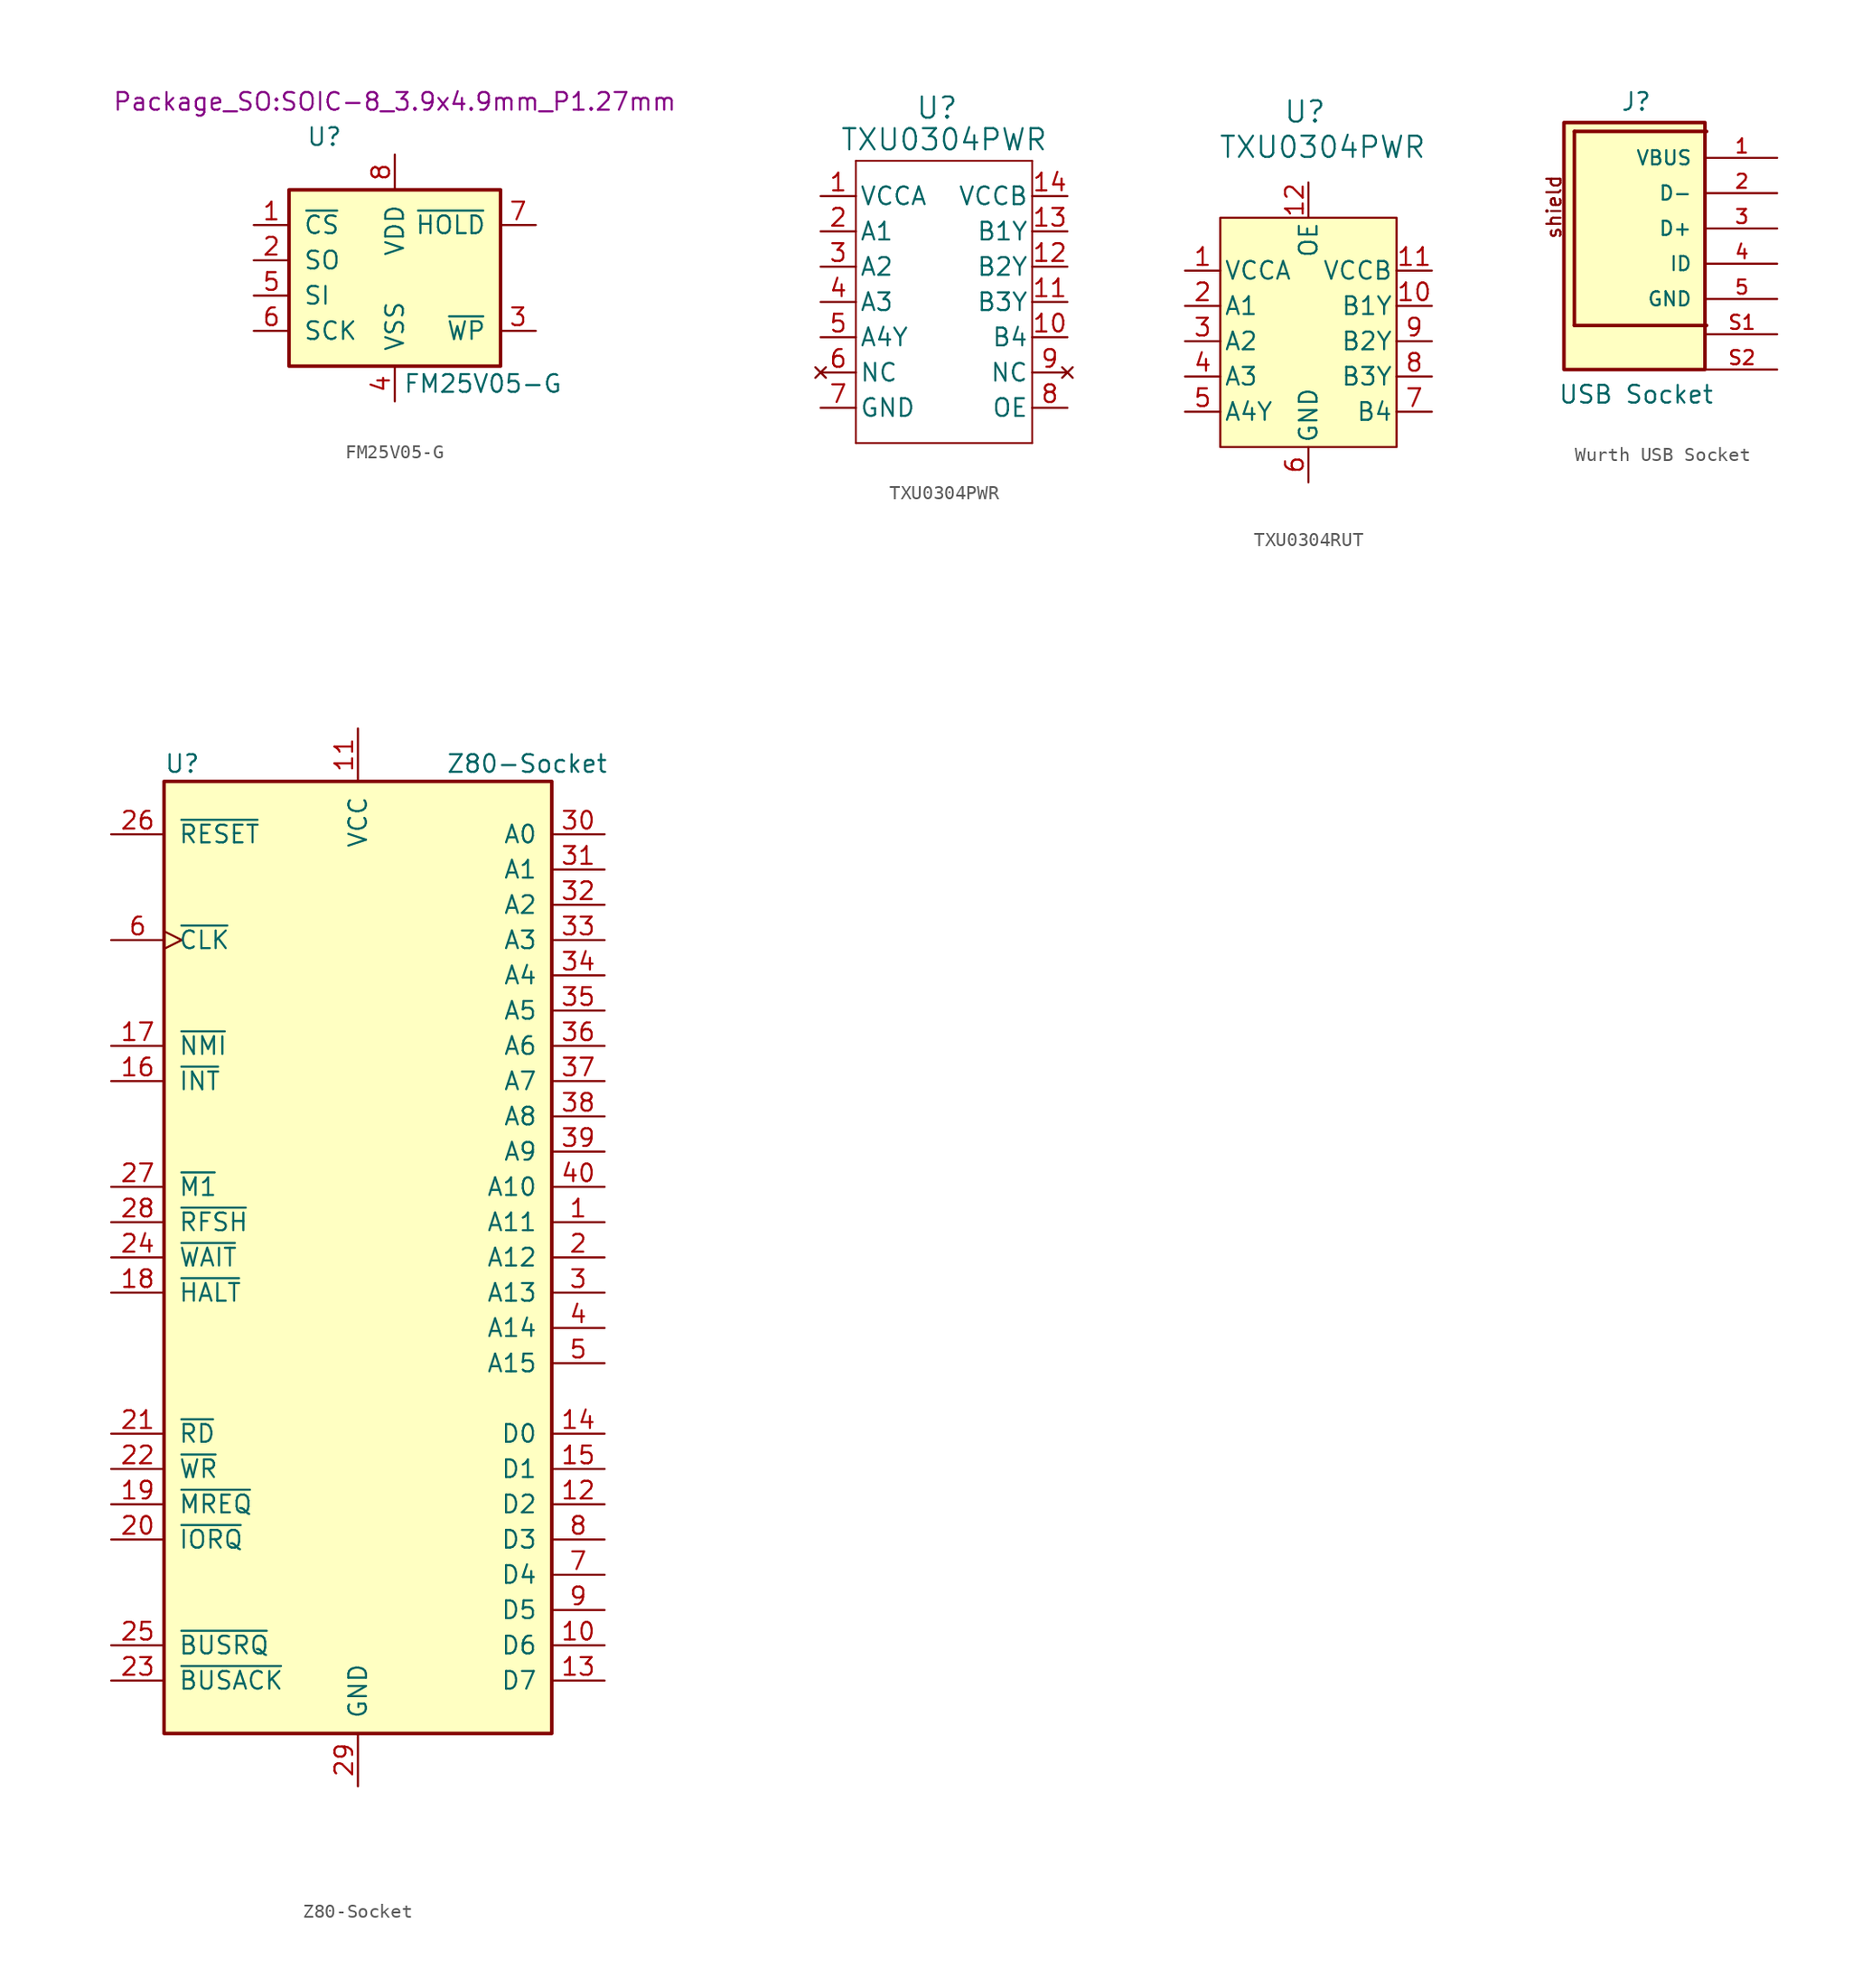
<source format=kicad_sym>
(kicad_symbol_lib
  (version 20241209)
  (generator "kicad_symbol_editor")
  (generator_version "9.0")
  (symbol "FM25V05-G"
    (pin_names
      (offset 1.016))
    (property "Reference" "U"
      (at -5.08 8.89 0)
      (effects (font (size 1.27 1.27))))
    (property "Value" "FM25V05-G"
      (at 6.35 -8.89 0)
      (effects (font (size 1.27 1.27))))
    (property "Footprint" "Package_SO:SOIC-8_3.9x4.9mm_P1.27mm"
      (at 0 11.43 0)
      (effects (font (size 1.27 1.27))))
    (symbol "FM25V05-G_0_1"
      (rectangle (start -7.62 5.08) (end 7.62 -7.62) (stroke (width 0.254) (type default)) (fill (type background))))
    (symbol "FM25V05-G_1_1"
      (pin input line (at -10.16 2.54 0) (length 2.54) (name "~{CS}" (effects (font (size 1.27 1.27)))) (number "1" (effects (font (size 1.27 1.27)))))
      (pin output line (at -10.16 0 0) (length 2.54) (name "SO" (effects (font (size 1.27 1.27)))) (number "2" (effects (font (size 1.27 1.27)))))
      (pin input line (at -10.16 -2.54 0) (length 2.54) (name "SI" (effects (font (size 1.27 1.27)))) (number "5" (effects (font (size 1.27 1.27)))))
      (pin input line (at -10.16 -5.08 0) (length 2.54) (name "SCK" (effects (font (size 1.27 1.27)))) (number "6" (effects (font (size 1.27 1.27)))))
      (pin power_in line (at 0 7.62 270) (length 2.54) (name "VDD" (effects (font (size 1.27 1.27)))) (number "8" (effects (font (size 1.27 1.27)))))
      (pin power_in line (at 0 -10.16 90) (length 2.54) (name "VSS" (effects (font (size 1.27 1.27)))) (number "4" (effects (font (size 1.27 1.27)))))
      (pin input line (at 10.16 2.54 180) (length 2.54) (name "~{HOLD}" (effects (font (size 1.27 1.27)))) (number "7" (effects (font (size 1.27 1.27)))))
      (pin input line (at 10.16 -5.08 180) (length 2.54) (name "~{WP}" (effects (font (size 1.27 1.27)))) (number "3" (effects (font (size 1.27 1.27)))))))
  (symbol "TXU0304PWR"
    (pin_names
      (offset 0.254))
    (property "Reference" "U"
      (at 13.462 6.35 0)
      (effects (font (size 1.524 1.524))))
    (property "Value" "TXU0304PWR"
      (at 13.97 4.064 0)
      (effects (font (size 1.524 1.524))))
    (symbol "TXU0304PWR_0_1"
      (polyline (pts (xy 7.62 2.54) (xy 7.62 -17.78)) (stroke (width 0.127) (type default)) (fill (type none)))
      (polyline (pts (xy 7.62 -17.78) (xy 20.32 -17.78)) (stroke (width 0.127) (type default)) (fill (type none)))
      (polyline (pts (xy 20.32 -17.78) (xy 20.32 2.54)) (stroke (width 0.127) (type default)) (fill (type none)))
      (pin power_in line (at 5.08 0 0) (length 2.54) (name "VCCA" (effects (font (size 1.27 1.27)))) (number "1" (effects (font (size 1.27 1.27)))))
      (pin input line (at 5.08 -2.54 0) (length 2.54) (name "A1" (effects (font (size 1.27 1.27)))) (number "2" (effects (font (size 1.27 1.27)))))
      (pin input line (at 5.08 -5.08 0) (length 2.54) (name "A2" (effects (font (size 1.27 1.27)))) (number "3" (effects (font (size 1.27 1.27)))))
      (pin input line (at 5.08 -7.62 0) (length 2.54) (name "A3" (effects (font (size 1.27 1.27)))) (number "4" (effects (font (size 1.27 1.27)))))
      (pin output line (at 5.08 -10.16 0) (length 2.54) (name "A4Y" (effects (font (size 1.27 1.27)))) (number "5" (effects (font (size 1.27 1.27)))))
      (pin no_connect line (at 5.08 -12.7 0) (length 2.54) (name "NC" (effects (font (size 1.27 1.27)))) (number "6" (effects (font (size 1.27 1.27)))))
      (pin power_out line (at 5.08 -15.24 0) (length 2.54) (name "GND" (effects (font (size 1.27 1.27)))) (number "7" (effects (font (size 1.27 1.27)))))
      (pin output line (at 22.86 -2.54 180) (length 2.54) (name "B1Y" (effects (font (size 1.27 1.27)))) (number "13" (effects (font (size 1.27 1.27)))))
      (pin output line (at 22.86 -5.08 180) (length 2.54) (name "B2Y" (effects (font (size 1.27 1.27)))) (number "12" (effects (font (size 1.27 1.27)))))
      (pin output line (at 22.86 -7.62 180) (length 2.54) (name "B3Y" (effects (font (size 1.27 1.27)))) (number "11" (effects (font (size 1.27 1.27)))))
      (pin input line (at 22.86 -10.16 180) (length 2.54) (name "B4" (effects (font (size 1.27 1.27)))) (number "10" (effects (font (size 1.27 1.27)))))
      (pin no_connect line (at 22.86 -12.7 180) (length 2.54) (name "NC" (effects (font (size 1.27 1.27)))) (number "9" (effects (font (size 1.27 1.27)))))
      (pin input line (at 22.86 -15.24 180) (length 2.54) (name "OE" (effects (font (size 1.27 1.27)))) (number "8" (effects (font (size 1.27 1.27))))))
    (symbol "TXU0304PWR_1_1"
      (polyline (pts (xy 20.32 2.54) (xy 7.62 2.54)) (stroke (width 0.127) (type solid)) (fill (type none)))
      (pin power_in line (at 22.86 0 180) (length 2.54) (name "VCCB" (effects (font (size 1.27 1.27)))) (number "14" (effects (font (size 1.27 1.27)))))))
  (symbol "TXU0304RUT"
    (pin_names
      (offset 0.254))
    (property "Reference" "U"
      (at 13.716 11.43 0)
      (effects (font (size 1.524 1.524))))
    (property "Value" "TXU0304PWR"
      (at 14.986 8.89 0)
      (effects (font (size 1.524 1.524))))
    (symbol "TXU0304RUT_0_1"
      (pin power_in line (at 5.08 0 0) (length 2.54) (name "VCCA" (effects (font (size 1.27 1.27)))) (number "1" (effects (font (size 1.27 1.27)))))
      (pin input line (at 5.08 -2.54 0) (length 2.54) (name "A1" (effects (font (size 1.27 1.27)))) (number "2" (effects (font (size 1.27 1.27)))))
      (pin input line (at 5.08 -5.08 0) (length 2.54) (name "A2" (effects (font (size 1.27 1.27)))) (number "3" (effects (font (size 1.27 1.27)))))
      (pin input line (at 5.08 -7.62 0) (length 2.54) (name "A3" (effects (font (size 1.27 1.27)))) (number "4" (effects (font (size 1.27 1.27)))))
      (pin output line (at 5.08 -10.16 0) (length 2.54) (name "A4Y" (effects (font (size 1.27 1.27)))) (number "5" (effects (font (size 1.27 1.27))))))
    (symbol "TXU0304RUT_1_1"
      (rectangle (start 7.62 3.81) (end 20.32 -12.7) (stroke (width 0) (type solid)) (fill (type background)))
      (pin input line (at 13.97 6.35 270) (length 2.54) (name "OE" (effects (font (size 1.27 1.27)))) (number "12" (effects (font (size 1.27 1.27)))))
      (pin power_out line (at 13.97 -15.24 90) (length 2.54) (name "GND" (effects (font (size 1.27 1.27)))) (number "6" (effects (font (size 1.27 1.27)))))
      (pin power_in line (at 22.86 0 180) (length 2.54) (name "VCCB" (effects (font (size 1.27 1.27)))) (number "11" (effects (font (size 1.27 1.27)))))
      (pin output line (at 22.86 -2.54 180) (length 2.54) (name "B1Y" (effects (font (size 1.27 1.27)))) (number "10" (effects (font (size 1.27 1.27)))))
      (pin output line (at 22.86 -5.08 180) (length 2.54) (name "B2Y" (effects (font (size 1.27 1.27)))) (number "9" (effects (font (size 1.27 1.27)))))
      (pin output line (at 22.86 -7.62 180) (length 2.54) (name "B3Y" (effects (font (size 1.27 1.27)))) (number "8" (effects (font (size 1.27 1.27)))))
      (pin input line (at 22.86 -10.16 180) (length 2.54) (name "B4" (effects (font (size 1.27 1.27)))) (number "7" (effects (font (size 1.27 1.27)))))))
  (symbol "Wurth USB Socket"
    (pin_names
      (offset 1.016))
    (property "Reference" "J"
      (at -2.54 8.382 0)
      (effects (font (size 1.27 1.27)) (justify bottom)))
    (property "Value" "USB Socket"
      (at -2.54 -12.7 0)
      (effects (font (size 1.27 1.27)) (justify bottom)))
    (symbol "Wurth USB Socket_0_0"
      (polyline (pts (xy -6.985 6.985) (xy -6.985 -6.985)) (stroke (width 0.254) (type default)) (fill (type none)))
      (polyline (pts (xy -6.985 -6.985) (xy 2.54 -6.985)) (stroke (width 0.254) (type default)) (fill (type none)))
      (rectangle (start 2.422 -10.16) (end -7.738 7.62) (stroke (width 0.254) (type default)) (fill (type background)))
      (polyline (pts (xy 2.54 6.985) (xy -6.985 6.985)) (stroke (width 0.254) (type default)) (fill (type none)))
      (text "shield" (at -9.05 -0.83 900) (effects (font (size 1.016 1.016)) (justify left top)))
      (pin passive line (at 7.62 5.08 180) (length 5.08) (name "VBUS" (effects (font (size 1.016 1.016)))) (number "1" (effects (font (size 1.016 1.016)))))
      (pin passive line (at 7.62 2.54 180) (length 5.08) (name "D-" (effects (font (size 1.016 1.016)))) (number "2" (effects (font (size 1.016 1.016)))))
      (pin passive line (at 7.62 0 180) (length 5.08) (name "D+" (effects (font (size 1.016 1.016)))) (number "3" (effects (font (size 1.016 1.016)))))
      (pin passive line (at 7.62 -2.54 180) (length 5.08) (name "ID" (effects (font (size 1.016 1.016)))) (number "4" (effects (font (size 1.016 1.016)))))
      (pin passive line (at 7.62 -5.08 180) (length 5.08) (name "GND" (effects (font (size 1.016 1.016)))) (number "5" (effects (font (size 1.016 1.016)))))
      (pin passive line (at 7.62 -7.62 180) (length 5.08) (name "~" (effects (font (size 1.016 1.016)))) (number "S1" (effects (font (size 1.016 1.016)))))
      (pin passive line (at 7.62 -10.16 180) (length 5.08) (name "~" (effects (font (size 1.016 1.016)))) (number "S2" (effects (font (size 1.016 1.016)))))))
  (symbol "Z80-Socket"
    (pin_names
      (offset 1.016))
    (property "Reference" "U"
      (at -13.97 35.56 0)
      (effects (font (size 1.27 1.27)) (justify left)))
    (property "Value" "Z80-Socket"
      (at 6.35 35.56 0)
      (effects (font (size 1.27 1.27)) (justify left)))
    (symbol "Z80-Socket_0_1"
      (rectangle (start -13.97 34.29) (end 13.97 -34.29) (stroke (width 0.254) (type default)) (fill (type background))))
    (symbol "Z80-Socket_1_1"
      (pin input line (at -17.78 30.48 0) (length 3.81) (name "~{RESET}" (effects (font (size 1.27 1.27)))) (number "26" (effects (font (size 1.27 1.27)))))
      (pin passive clock (at -17.78 22.86 0) (length 3.81) (name "~{CLK}" (effects (font (size 1.27 1.27)))) (number "6" (effects (font (size 1.27 1.27)))))
      (pin input line (at -17.78 15.24 0) (length 3.81) (name "~{NMI}" (effects (font (size 1.27 1.27)))) (number "17" (effects (font (size 1.27 1.27)))))
      (pin passive line (at -17.78 12.7 0) (length 3.81) (name "~{INT}" (effects (font (size 1.27 1.27)))) (number "16" (effects (font (size 1.27 1.27)))))
      (pin passive line (at -17.78 5.08 0) (length 3.81) (name "~{M1}" (effects (font (size 1.27 1.27)))) (number "27" (effects (font (size 1.27 1.27)))))
      (pin output line (at -17.78 2.54 0) (length 3.81) (name "~{RFSH}" (effects (font (size 1.27 1.27)))) (number "28" (effects (font (size 1.27 1.27)))))
      (pin passive line (at -17.78 0 0) (length 3.81) (name "~{WAIT}" (effects (font (size 1.27 1.27)))) (number "24" (effects (font (size 1.27 1.27)))))
      (pin passive line (at -17.78 -2.54 0) (length 3.81) (name "~{HALT}" (effects (font (size 1.27 1.27)))) (number "18" (effects (font (size 1.27 1.27)))))
      (pin output line (at -17.78 -12.7 0) (length 3.81) (name "~{RD}" (effects (font (size 1.27 1.27)))) (number "21" (effects (font (size 1.27 1.27)))))
      (pin output line (at -17.78 -15.24 0) (length 3.81) (name "~{WR}" (effects (font (size 1.27 1.27)))) (number "22" (effects (font (size 1.27 1.27)))))
      (pin output line (at -17.78 -17.78 0) (length 3.81) (name "~{MREQ}" (effects (font (size 1.27 1.27)))) (number "19" (effects (font (size 1.27 1.27)))))
      (pin output line (at -17.78 -20.32 0) (length 3.81) (name "~{IORQ}" (effects (font (size 1.27 1.27)))) (number "20" (effects (font (size 1.27 1.27)))))
      (pin passive line (at -17.78 -27.94 0) (length 3.81) (name "~{BUSRQ}" (effects (font (size 1.27 1.27)))) (number "25" (effects (font (size 1.27 1.27)))))
      (pin passive line (at -17.78 -30.48 0) (length 3.81) (name "~{BUSACK}" (effects (font (size 1.27 1.27)))) (number "23" (effects (font (size 1.27 1.27)))))
      (pin power_in line (at 0 38.1 270) (length 3.81) (name "VCC" (effects (font (size 1.27 1.27)))) (number "11" (effects (font (size 1.27 1.27)))))
      (pin power_in line (at 0 -38.1 90) (length 3.81) (name "GND" (effects (font (size 1.27 1.27)))) (number "29" (effects (font (size 1.27 1.27)))))
      (pin output line (at 17.78 30.48 180) (length 3.81) (name "A0" (effects (font (size 1.27 1.27)))) (number "30" (effects (font (size 1.27 1.27)))))
      (pin output line (at 17.78 27.94 180) (length 3.81) (name "A1" (effects (font (size 1.27 1.27)))) (number "31" (effects (font (size 1.27 1.27)))))
      (pin output line (at 17.78 25.4 180) (length 3.81) (name "A2" (effects (font (size 1.27 1.27)))) (number "32" (effects (font (size 1.27 1.27)))))
      (pin output line (at 17.78 22.86 180) (length 3.81) (name "A3" (effects (font (size 1.27 1.27)))) (number "33" (effects (font (size 1.27 1.27)))))
      (pin output line (at 17.78 20.32 180) (length 3.81) (name "A4" (effects (font (size 1.27 1.27)))) (number "34" (effects (font (size 1.27 1.27)))))
      (pin output line (at 17.78 17.78 180) (length 3.81) (name "A5" (effects (font (size 1.27 1.27)))) (number "35" (effects (font (size 1.27 1.27)))))
      (pin output line (at 17.78 15.24 180) (length 3.81) (name "A6" (effects (font (size 1.27 1.27)))) (number "36" (effects (font (size 1.27 1.27)))))
      (pin output line (at 17.78 12.7 180) (length 3.81) (name "A7" (effects (font (size 1.27 1.27)))) (number "37" (effects (font (size 1.27 1.27)))))
      (pin output line (at 17.78 10.16 180) (length 3.81) (name "A8" (effects (font (size 1.27 1.27)))) (number "38" (effects (font (size 1.27 1.27)))))
      (pin output line (at 17.78 7.62 180) (length 3.81) (name "A9" (effects (font (size 1.27 1.27)))) (number "39" (effects (font (size 1.27 1.27)))))
      (pin output line (at 17.78 5.08 180) (length 3.81) (name "A10" (effects (font (size 1.27 1.27)))) (number "40" (effects (font (size 1.27 1.27)))))
      (pin output line (at 17.78 2.54 180) (length 3.81) (name "A11" (effects (font (size 1.27 1.27)))) (number "1" (effects (font (size 1.27 1.27)))))
      (pin output line (at 17.78 0 180) (length 3.81) (name "A12" (effects (font (size 1.27 1.27)))) (number "2" (effects (font (size 1.27 1.27)))))
      (pin output line (at 17.78 -2.54 180) (length 3.81) (name "A13" (effects (font (size 1.27 1.27)))) (number "3" (effects (font (size 1.27 1.27)))))
      (pin output line (at 17.78 -5.08 180) (length 3.81) (name "A14" (effects (font (size 1.27 1.27)))) (number "4" (effects (font (size 1.27 1.27)))))
      (pin output line (at 17.78 -7.62 180) (length 3.81) (name "A15" (effects (font (size 1.27 1.27)))) (number "5" (effects (font (size 1.27 1.27)))))
      (pin bidirectional line (at 17.78 -12.7 180) (length 3.81) (name "D0" (effects (font (size 1.27 1.27)))) (number "14" (effects (font (size 1.27 1.27)))))
      (pin bidirectional line (at 17.78 -15.24 180) (length 3.81) (name "D1" (effects (font (size 1.27 1.27)))) (number "15" (effects (font (size 1.27 1.27)))))
      (pin bidirectional line (at 17.78 -17.78 180) (length 3.81) (name "D2" (effects (font (size 1.27 1.27)))) (number "12" (effects (font (size 1.27 1.27)))))
      (pin bidirectional line (at 17.78 -20.32 180) (length 3.81) (name "D3" (effects (font (size 1.27 1.27)))) (number "8" (effects (font (size 1.27 1.27)))))
      (pin bidirectional line (at 17.78 -22.86 180) (length 3.81) (name "D4" (effects (font (size 1.27 1.27)))) (number "7" (effects (font (size 1.27 1.27)))))
      (pin bidirectional line (at 17.78 -25.4 180) (length 3.81) (name "D5" (effects (font (size 1.27 1.27)))) (number "9" (effects (font (size 1.27 1.27)))))
      (pin bidirectional line (at 17.78 -27.94 180) (length 3.81) (name "D6" (effects (font (size 1.27 1.27)))) (number "10" (effects (font (size 1.27 1.27)))))
      (pin bidirectional line (at 17.78 -30.48 180) (length 3.81) (name "D7" (effects (font (size 1.27 1.27)))) (number "13" (effects (font (size 1.27 1.27))))))))
</source>
